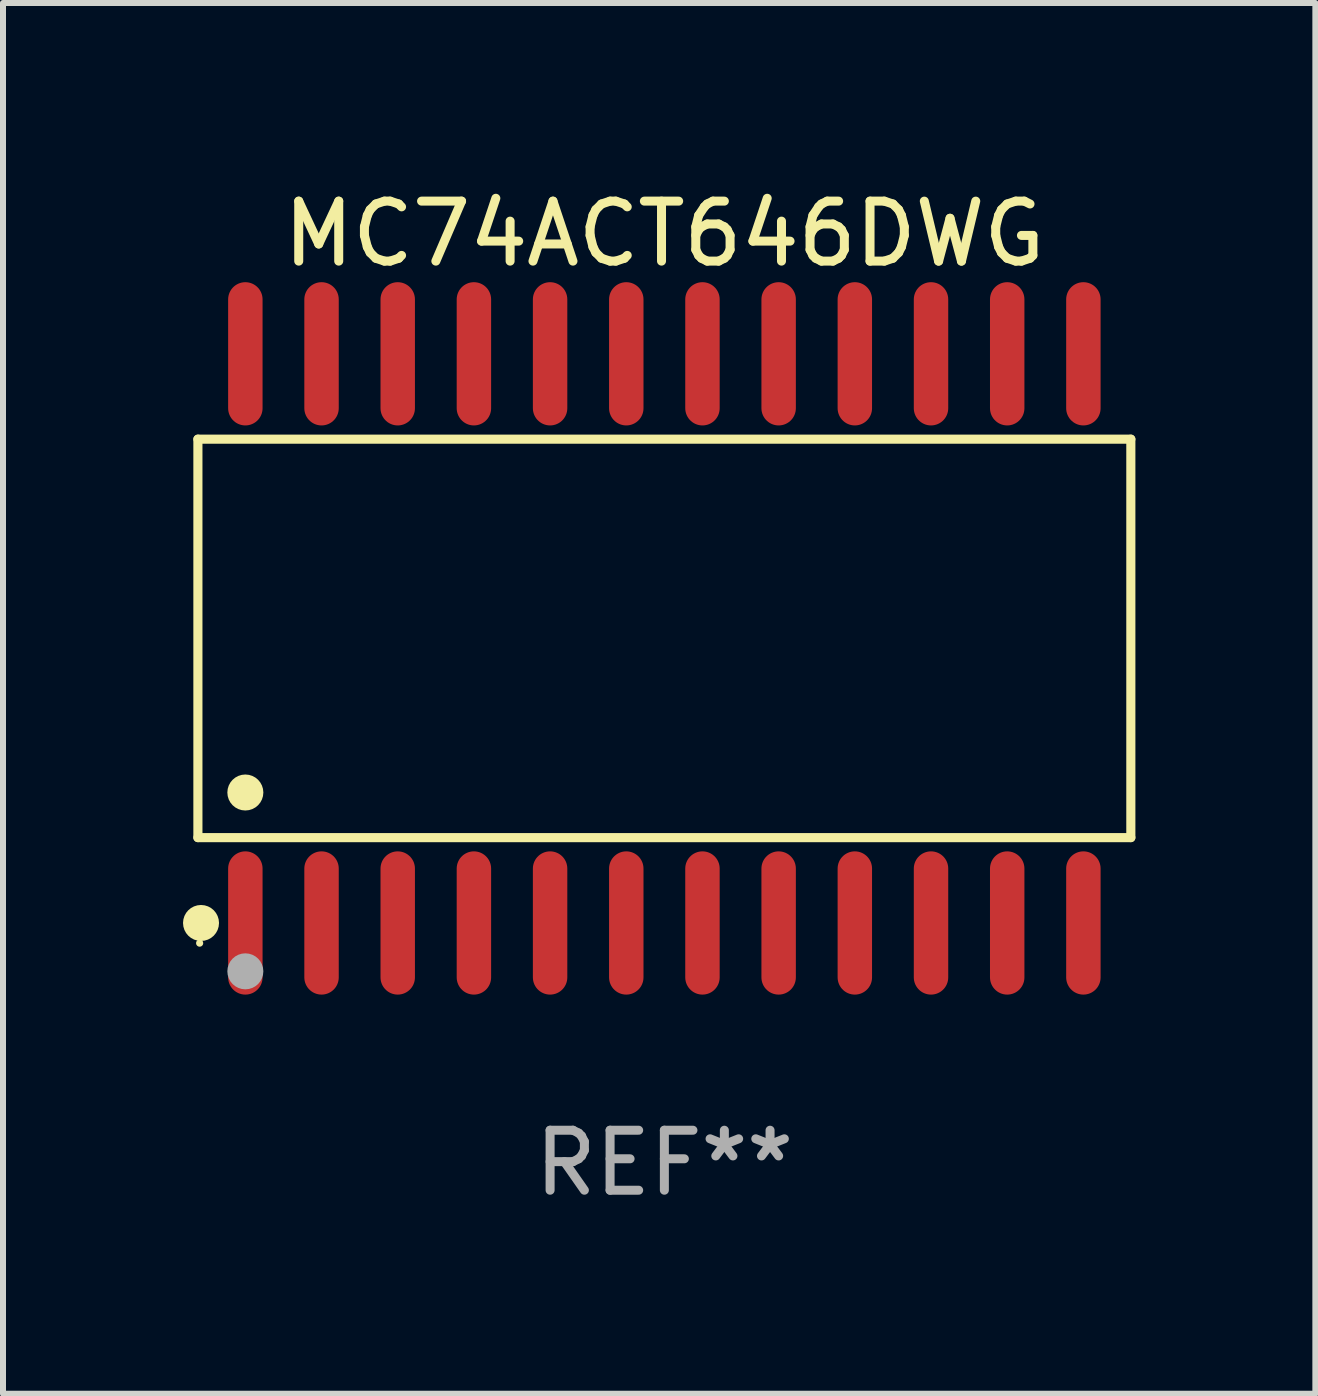
<source format=kicad_pcb>
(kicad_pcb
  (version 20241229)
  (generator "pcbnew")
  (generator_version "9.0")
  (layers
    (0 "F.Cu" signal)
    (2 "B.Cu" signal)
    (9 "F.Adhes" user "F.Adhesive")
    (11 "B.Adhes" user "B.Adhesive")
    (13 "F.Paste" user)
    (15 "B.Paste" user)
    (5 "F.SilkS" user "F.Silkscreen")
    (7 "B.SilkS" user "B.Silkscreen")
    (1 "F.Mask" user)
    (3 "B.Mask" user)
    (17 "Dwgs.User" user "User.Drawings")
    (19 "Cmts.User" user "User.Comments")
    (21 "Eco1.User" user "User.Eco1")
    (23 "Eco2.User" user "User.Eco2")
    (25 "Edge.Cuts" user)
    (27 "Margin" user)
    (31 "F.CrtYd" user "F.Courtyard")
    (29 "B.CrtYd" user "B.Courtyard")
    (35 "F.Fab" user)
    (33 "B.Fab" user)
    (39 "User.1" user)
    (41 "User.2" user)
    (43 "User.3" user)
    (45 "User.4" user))
  (footprint "MC74ACT646DWG"
    (layer "F.Cu")
    (at 8.025 7.592)
    (property "Reference" "MC74ACT646DWG" (at 0 -6.744 0) (layer "F.SilkS") (effects (font (size 1 1) (thickness 0.15))))
    (attr through_hole)
    (fp_line (start -7.776 -3.321) (end 7.776 -3.321) (stroke (width 0.152) (type solid)) (layer "F.SilkS"))
    (fp_line (start -7.776 3.321) (end -7.776 -3.321) (stroke (width 0.152) (type solid)) (layer "F.SilkS"))
    (fp_line (start 7.776 -3.321) (end 7.776 3.321) (stroke (width 0.152) (type solid)) (layer "F.SilkS"))
    (fp_line (start 7.776 3.321) (end -7.776 3.321) (stroke (width 0.152) (type solid)) (layer "F.SilkS"))
    (fp_circle (center -7.747 5.08) (end -7.717 5.08) (stroke (width 0.06) (type solid)) (fill no) (layer "F.SilkS"))
    (fp_circle (center -7.724 4.744) (end -7.574 4.744) (stroke (width 0.3) (type solid)) (fill no) (layer "F.SilkS"))
    (fp_circle (center -6.985 2.569) (end -6.835 2.569) (stroke (width 0.3) (type solid)) (fill no) (layer "F.SilkS"))
    (fp_circle (center -6.985 5.55) (end -6.835 5.55) (stroke (width 0.3) (type solid)) (fill no) (layer "F.Fab"))
    (fp_text user "REF**" (at 0 8.744 0) (layer "F.Fab") (effects (font (size 1 1) (thickness 0.15))))
    (pad "1" smd oval (at -6.985 4.744) (size 0.574 2.388) (layers "F.Cu" "F.Mask" "F.Paste"))
    (pad "2" smd oval (at -5.715 4.744) (size 0.574 2.388) (layers "F.Cu" "F.Mask" "F.Paste"))
    (pad "3" smd oval (at -4.445 4.744) (size 0.574 2.388) (layers "F.Cu" "F.Mask" "F.Paste"))
    (pad "4" smd oval (at -3.175 4.744) (size 0.574 2.388) (layers "F.Cu" "F.Mask" "F.Paste"))
    (pad "5" smd oval (at -1.905 4.744) (size 0.574 2.388) (layers "F.Cu" "F.Mask" "F.Paste"))
    (pad "6" smd oval (at -0.635 4.744) (size 0.574 2.388) (layers "F.Cu" "F.Mask" "F.Paste"))
    (pad "7" smd oval (at 0.635 4.744) (size 0.574 2.388) (layers "F.Cu" "F.Mask" "F.Paste"))
    (pad "8" smd oval (at 1.905 4.744) (size 0.574 2.388) (layers "F.Cu" "F.Mask" "F.Paste"))
    (pad "9" smd oval (at 3.175 4.744) (size 0.574 2.388) (layers "F.Cu" "F.Mask" "F.Paste"))
    (pad "10" smd oval (at 4.445 4.744) (size 0.574 2.388) (layers "F.Cu" "F.Mask" "F.Paste"))
    (pad "11" smd oval (at 5.715 4.744) (size 0.574 2.388) (layers "F.Cu" "F.Mask" "F.Paste"))
    (pad "12" smd oval (at 6.985 4.744) (size 0.574 2.388) (layers "F.Cu" "F.Mask" "F.Paste"))
    (pad "13" smd oval (at 6.985 -4.744) (size 0.574 2.388) (layers "F.Cu" "F.Mask" "F.Paste"))
    (pad "14" smd oval (at 5.715 -4.744) (size 0.574 2.388) (layers "F.Cu" "F.Mask" "F.Paste"))
    (pad "15" smd oval (at 4.445 -4.744) (size 0.574 2.388) (layers "F.Cu" "F.Mask" "F.Paste"))
    (pad "16" smd oval (at 3.175 -4.744) (size 0.574 2.388) (layers "F.Cu" "F.Mask" "F.Paste"))
    (pad "17" smd oval (at 1.905 -4.744) (size 0.574 2.388) (layers "F.Cu" "F.Mask" "F.Paste"))
    (pad "18" smd oval (at 0.635 -4.744) (size 0.574 2.388) (layers "F.Cu" "F.Mask" "F.Paste"))
    (pad "19" smd oval (at -0.635 -4.744) (size 0.574 2.388) (layers "F.Cu" "F.Mask" "F.Paste"))
    (pad "20" smd oval (at -1.905 -4.744) (size 0.574 2.388) (layers "F.Cu" "F.Mask" "F.Paste"))
    (pad "21" smd oval (at -3.175 -4.744) (size 0.574 2.388) (layers "F.Cu" "F.Mask" "F.Paste"))
    (pad "22" smd oval (at -4.445 -4.744) (size 0.574 2.388) (layers "F.Cu" "F.Mask" "F.Paste"))
    (pad "23" smd oval (at -5.715 -4.744) (size 0.574 2.388) (layers "F.Cu" "F.Mask" "F.Paste"))
    (pad "24" smd oval (at -6.985 -4.744) (size 0.574 2.388) (layers "F.Cu" "F.Mask" "F.Paste")))
  (gr_rect
    (start -3 -3)
    (end 18.877 20.184)
    (stroke (width 0.1) (type default))
    (fill no)
    (layer "Edge.Cuts")))
</source>
